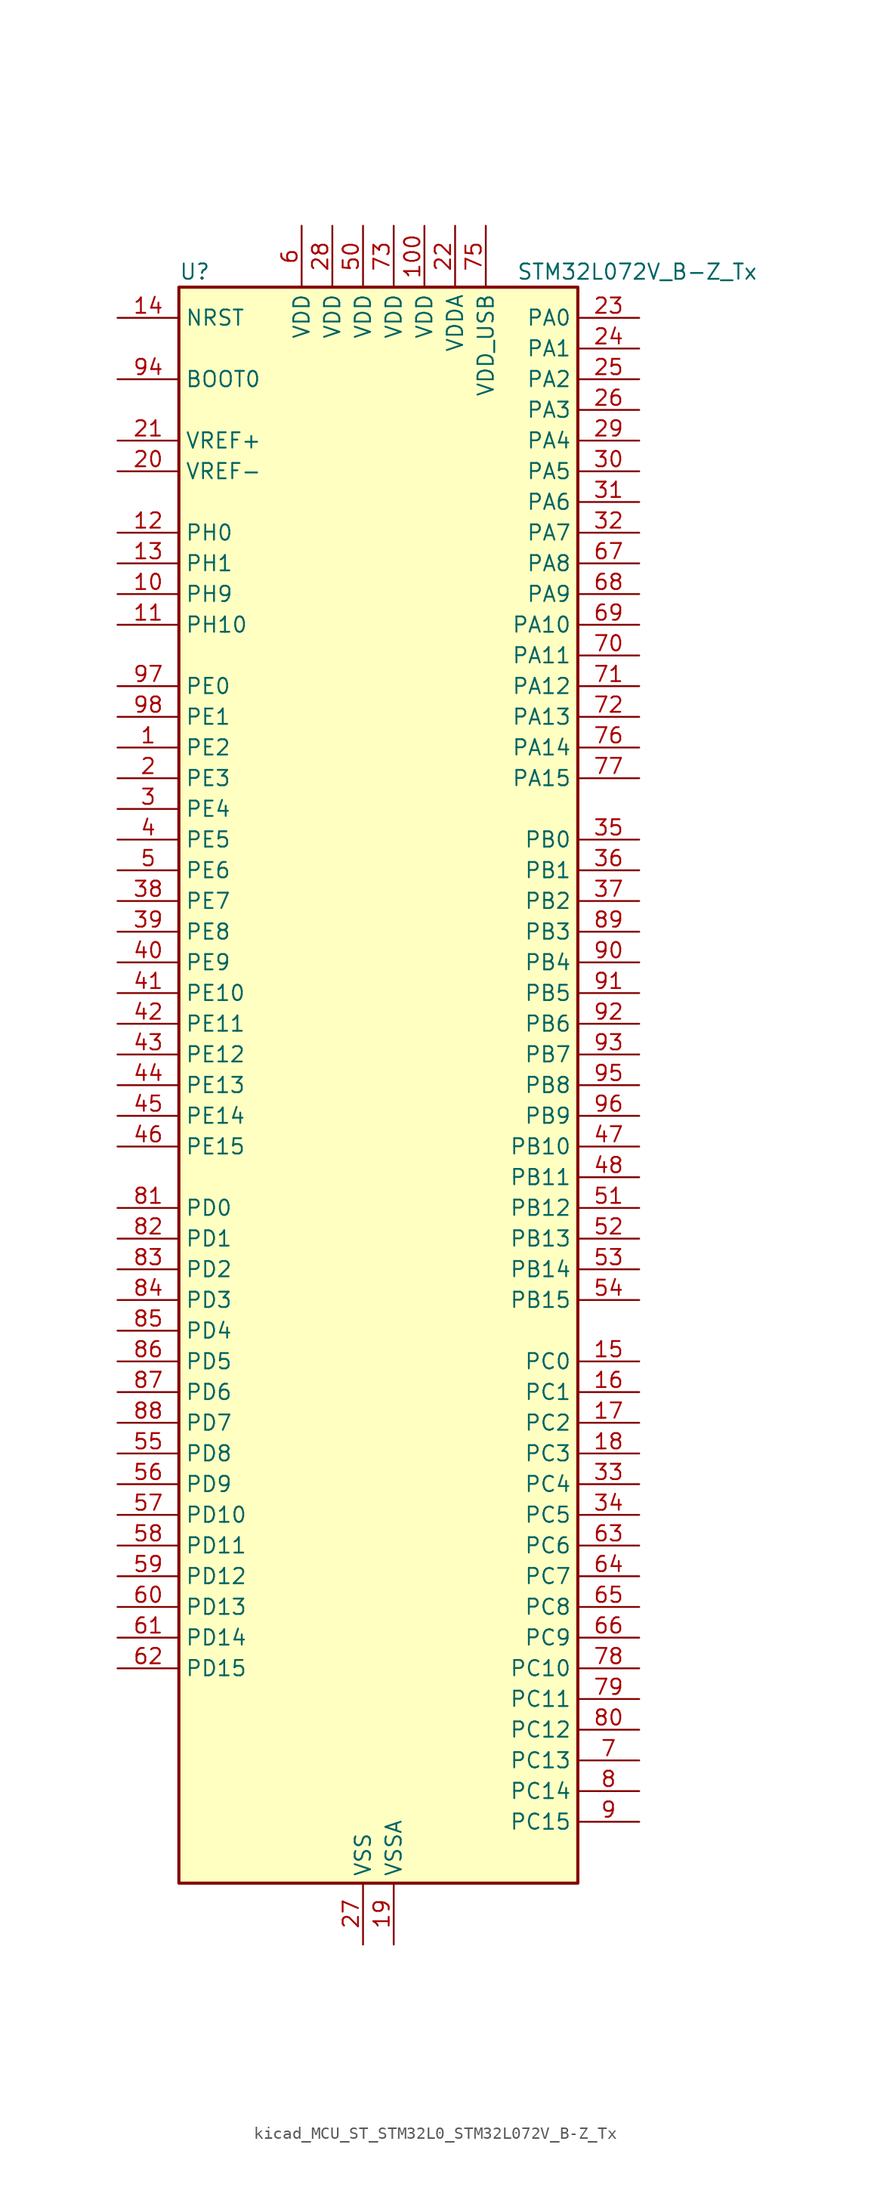
<source format=kicad_sym>
(kicad_symbol_lib
  (version 20220914)
  (generator kicad_symbol_editor)
  (symbol "kicad_MCU_ST_STM32L0_STM32L072V_B-Z_Tx"
    (property "Reference" "U"
      (at -15.24 67.31 0)
      (effects (font (size 1.27 1.27)) (justify left)))
    (property "Value" "STM32L072V_B-Z_Tx"
      (at 12.7 67.31 0)
      (effects (font (size 1.27 1.27)) (justify left)))
    (property "ki_locked" ""
      (at 0 0 0)
      (effects (font (size 1.27 1.27))))
    (symbol "kicad_MCU_ST_STM32L0_STM32L072V_B-Z_Tx_0_1"
      (rectangle (start -15.24 -66.04) (end 17.78 66.04) (stroke (width 0.254) (type default)) (fill (type background))))
    (symbol "kicad_MCU_ST_STM32L0_STM32L072V_B-Z_Tx_1_1"
      (pin bidirectional line (at -20.32 27.94 0) (length 5.08) (name "PE2" (effects (font (size 1.27 1.27)))) (number "1" (effects (font (size 1.27 1.27)))) (alternate "TIM3_ETR" bidirectional line))
      (pin bidirectional line (at -20.32 40.64 0) (length 5.08) (name "PH9" (effects (font (size 1.27 1.27)))) (number "10" (effects (font (size 1.27 1.27)))) (alternate "DAC_EXTI9" bidirectional line))
      (pin power_in line (at 5.08 71.12 270) (length 5.08) (name "VDD" (effects (font (size 1.27 1.27)))) (number "100" (effects (font (size 1.27 1.27)))))
      (pin bidirectional line (at -20.32 38.1 0) (length 5.08) (name "PH10" (effects (font (size 1.27 1.27)))) (number "11" (effects (font (size 1.27 1.27)))))
      (pin bidirectional line (at -20.32 45.72 0) (length 5.08) (name "PH0" (effects (font (size 1.27 1.27)))) (number "12" (effects (font (size 1.27 1.27)))) (alternate "CRS_SYNC" bidirectional line) (alternate "RCC_OSC_IN" bidirectional line))
      (pin bidirectional line (at -20.32 43.18 0) (length 5.08) (name "PH1" (effects (font (size 1.27 1.27)))) (number "13" (effects (font (size 1.27 1.27)))) (alternate "RCC_OSC_OUT" bidirectional line))
      (pin input line (at -20.32 63.5 0) (length 5.08) (name "NRST" (effects (font (size 1.27 1.27)))) (number "14" (effects (font (size 1.27 1.27)))))
      (pin bidirectional line (at 22.86 -22.86 180) (length 5.08) (name "PC0" (effects (font (size 1.27 1.27)))) (number "15" (effects (font (size 1.27 1.27)))) (alternate "ADC_IN10" bidirectional line) (alternate "I2C3_SCL" bidirectional line) (alternate "LPTIM1_IN1" bidirectional line) (alternate "LPUART1_RX" bidirectional line) (alternate "TSC_G7_IO1" bidirectional line))
      (pin bidirectional line (at 22.86 -25.4 180) (length 5.08) (name "PC1" (effects (font (size 1.27 1.27)))) (number "16" (effects (font (size 1.27 1.27)))) (alternate "ADC_IN11" bidirectional line) (alternate "I2C3_SDA" bidirectional line) (alternate "LPTIM1_OUT" bidirectional line) (alternate "LPUART1_TX" bidirectional line) (alternate "TSC_G7_IO2" bidirectional line))
      (pin bidirectional line (at 22.86 -27.94 180) (length 5.08) (name "PC2" (effects (font (size 1.27 1.27)))) (number "17" (effects (font (size 1.27 1.27)))) (alternate "ADC_IN12" bidirectional line) (alternate "I2S2_MCK" bidirectional line) (alternate "LPTIM1_IN2" bidirectional line) (alternate "SPI2_MISO" bidirectional line) (alternate "TSC_G7_IO3" bidirectional line))
      (pin bidirectional line (at 22.86 -30.48 180) (length 5.08) (name "PC3" (effects (font (size 1.27 1.27)))) (number "18" (effects (font (size 1.27 1.27)))) (alternate "ADC_IN13" bidirectional line) (alternate "I2S2_SD" bidirectional line) (alternate "LPTIM1_ETR" bidirectional line) (alternate "SPI2_MOSI" bidirectional line) (alternate "TSC_G7_IO4" bidirectional line))
      (pin power_in line (at 2.54 -71.12 90) (length 5.08) (name "VSSA" (effects (font (size 1.27 1.27)))) (number "19" (effects (font (size 1.27 1.27)))))
      (pin bidirectional line (at -20.32 25.4 0) (length 5.08) (name "PE3" (effects (font (size 1.27 1.27)))) (number "2" (effects (font (size 1.27 1.27)))) (alternate "TIM22_CH1" bidirectional line) (alternate "TIM3_CH1" bidirectional line))
      (pin input line (at -20.32 50.8 0) (length 5.08) (name "VREF-" (effects (font (size 1.27 1.27)))) (number "20" (effects (font (size 1.27 1.27)))))
      (pin input line (at -20.32 53.34 0) (length 5.08) (name "VREF+" (effects (font (size 1.27 1.27)))) (number "21" (effects (font (size 1.27 1.27)))))
      (pin power_in line (at 7.62 71.12 270) (length 5.08) (name "VDDA" (effects (font (size 1.27 1.27)))) (number "22" (effects (font (size 1.27 1.27)))))
      (pin bidirectional line (at 22.86 63.5 180) (length 5.08) (name "PA0" (effects (font (size 1.27 1.27)))) (number "23" (effects (font (size 1.27 1.27)))) (alternate "ADC_IN0" bidirectional line) (alternate "COMP1_INM" bidirectional line) (alternate "COMP1_OUT" bidirectional line) (alternate "RTC_TAMP2" bidirectional line) (alternate "SYS_WKUP1" bidirectional line) (alternate "TIM2_CH1" bidirectional line) (alternate "TIM2_ETR" bidirectional line) (alternate "TSC_G1_IO1" bidirectional line) (alternate "USART2_CTS" bidirectional line) (alternate "USART4_TX" bidirectional line))
      (pin bidirectional line (at 22.86 60.96 180) (length 5.08) (name "PA1" (effects (font (size 1.27 1.27)))) (number "24" (effects (font (size 1.27 1.27)))) (alternate "ADC_IN1" bidirectional line) (alternate "COMP1_INP" bidirectional line) (alternate "TIM21_ETR" bidirectional line) (alternate "TIM2_CH2" bidirectional line) (alternate "TSC_G1_IO2" bidirectional line) (alternate "USART2_DE" bidirectional line) (alternate "USART2_RTS" bidirectional line) (alternate "USART4_RX" bidirectional line))
      (pin bidirectional line (at 22.86 58.42 180) (length 5.08) (name "PA2" (effects (font (size 1.27 1.27)))) (number "25" (effects (font (size 1.27 1.27)))) (alternate "ADC_IN2" bidirectional line) (alternate "COMP2_INM" bidirectional line) (alternate "COMP2_OUT" bidirectional line) (alternate "LPUART1_TX" bidirectional line) (alternate "TIM21_CH1" bidirectional line) (alternate "TIM2_CH3" bidirectional line) (alternate "TSC_G1_IO3" bidirectional line) (alternate "USART2_TX" bidirectional line))
      (pin bidirectional line (at 22.86 55.88 180) (length 5.08) (name "PA3" (effects (font (size 1.27 1.27)))) (number "26" (effects (font (size 1.27 1.27)))) (alternate "ADC_IN3" bidirectional line) (alternate "COMP2_INP" bidirectional line) (alternate "LPUART1_RX" bidirectional line) (alternate "TIM21_CH2" bidirectional line) (alternate "TIM2_CH4" bidirectional line) (alternate "TSC_G1_IO4" bidirectional line) (alternate "USART2_RX" bidirectional line))
      (pin power_in line (at 0 -71.12 90) (length 5.08) (name "VSS" (effects (font (size 1.27 1.27)))) (number "27" (effects (font (size 1.27 1.27)))))
      (pin power_in line (at -2.54 71.12 270) (length 5.08) (name "VDD" (effects (font (size 1.27 1.27)))) (number "28" (effects (font (size 1.27 1.27)))))
      (pin bidirectional line (at 22.86 53.34 180) (length 5.08) (name "PA4" (effects (font (size 1.27 1.27)))) (number "29" (effects (font (size 1.27 1.27)))) (alternate "ADC_IN4" bidirectional line) (alternate "COMP1_INM" bidirectional line) (alternate "COMP2_INM" bidirectional line) (alternate "DAC_OUT1" bidirectional line) (alternate "SPI1_NSS" bidirectional line) (alternate "TIM22_ETR" bidirectional line) (alternate "TSC_G2_IO1" bidirectional line) (alternate "USART2_CK" bidirectional line))
      (pin bidirectional line (at -20.32 22.86 0) (length 5.08) (name "PE4" (effects (font (size 1.27 1.27)))) (number "3" (effects (font (size 1.27 1.27)))) (alternate "TIM22_CH2" bidirectional line) (alternate "TIM3_CH2" bidirectional line))
      (pin bidirectional line (at 22.86 50.8 180) (length 5.08) (name "PA5" (effects (font (size 1.27 1.27)))) (number "30" (effects (font (size 1.27 1.27)))) (alternate "ADC_IN5" bidirectional line) (alternate "COMP1_INM" bidirectional line) (alternate "COMP2_INM" bidirectional line) (alternate "DAC_OUT2" bidirectional line) (alternate "SPI1_SCK" bidirectional line) (alternate "TIM2_CH1" bidirectional line) (alternate "TIM2_ETR" bidirectional line) (alternate "TSC_G2_IO2" bidirectional line))
      (pin bidirectional line (at 22.86 48.26 180) (length 5.08) (name "PA6" (effects (font (size 1.27 1.27)))) (number "31" (effects (font (size 1.27 1.27)))) (alternate "ADC_IN6" bidirectional line) (alternate "COMP1_OUT" bidirectional line) (alternate "LPUART1_CTS" bidirectional line) (alternate "SPI1_MISO" bidirectional line) (alternate "TIM22_CH1" bidirectional line) (alternate "TIM3_CH1" bidirectional line) (alternate "TSC_G2_IO3" bidirectional line))
      (pin bidirectional line (at 22.86 45.72 180) (length 5.08) (name "PA7" (effects (font (size 1.27 1.27)))) (number "32" (effects (font (size 1.27 1.27)))) (alternate "ADC_IN7" bidirectional line) (alternate "COMP2_OUT" bidirectional line) (alternate "SPI1_MOSI" bidirectional line) (alternate "TIM22_CH2" bidirectional line) (alternate "TIM3_CH2" bidirectional line) (alternate "TSC_G2_IO4" bidirectional line))
      (pin bidirectional line (at 22.86 -33.02 180) (length 5.08) (name "PC4" (effects (font (size 1.27 1.27)))) (number "33" (effects (font (size 1.27 1.27)))) (alternate "ADC_IN14" bidirectional line) (alternate "LPUART1_TX" bidirectional line))
      (pin bidirectional line (at 22.86 -35.56 180) (length 5.08) (name "PC5" (effects (font (size 1.27 1.27)))) (number "34" (effects (font (size 1.27 1.27)))) (alternate "ADC_IN15" bidirectional line) (alternate "LPUART1_RX" bidirectional line) (alternate "TSC_G3_IO1" bidirectional line))
      (pin bidirectional line (at 22.86 20.32 180) (length 5.08) (name "PB0" (effects (font (size 1.27 1.27)))) (number "35" (effects (font (size 1.27 1.27)))) (alternate "ADC_IN8" bidirectional line) (alternate "SYS_VREF_OUT_PB0" bidirectional line) (alternate "TIM3_CH3" bidirectional line) (alternate "TSC_G3_IO2" bidirectional line))
      (pin bidirectional line (at 22.86 17.78 180) (length 5.08) (name "PB1" (effects (font (size 1.27 1.27)))) (number "36" (effects (font (size 1.27 1.27)))) (alternate "ADC_IN9" bidirectional line) (alternate "LPUART1_DE" bidirectional line) (alternate "LPUART1_RTS" bidirectional line) (alternate "SYS_VREF_OUT_PB1" bidirectional line) (alternate "TIM3_CH4" bidirectional line) (alternate "TSC_G3_IO3" bidirectional line))
      (pin bidirectional line (at 22.86 15.24 180) (length 5.08) (name "PB2" (effects (font (size 1.27 1.27)))) (number "37" (effects (font (size 1.27 1.27)))) (alternate "I2C3_SMBA" bidirectional line) (alternate "LPTIM1_OUT" bidirectional line) (alternate "TSC_G3_IO4" bidirectional line))
      (pin bidirectional line (at -20.32 15.24 0) (length 5.08) (name "PE7" (effects (font (size 1.27 1.27)))) (number "38" (effects (font (size 1.27 1.27)))) (alternate "USART5_CK" bidirectional line) (alternate "USART5_DE" bidirectional line) (alternate "USART5_RTS" bidirectional line))
      (pin bidirectional line (at -20.32 12.7 0) (length 5.08) (name "PE8" (effects (font (size 1.27 1.27)))) (number "39" (effects (font (size 1.27 1.27)))) (alternate "USART4_TX" bidirectional line))
      (pin bidirectional line (at -20.32 20.32 0) (length 5.08) (name "PE5" (effects (font (size 1.27 1.27)))) (number "4" (effects (font (size 1.27 1.27)))) (alternate "TIM21_CH1" bidirectional line) (alternate "TIM3_CH3" bidirectional line))
      (pin bidirectional line (at -20.32 10.16 0) (length 5.08) (name "PE9" (effects (font (size 1.27 1.27)))) (number "40" (effects (font (size 1.27 1.27)))) (alternate "DAC_EXTI9" bidirectional line) (alternate "TIM2_CH1" bidirectional line) (alternate "TIM2_ETR" bidirectional line) (alternate "USART4_RX" bidirectional line))
      (pin bidirectional line (at -20.32 7.62 0) (length 5.08) (name "PE10" (effects (font (size 1.27 1.27)))) (number "41" (effects (font (size 1.27 1.27)))) (alternate "TIM2_CH2" bidirectional line) (alternate "USART5_TX" bidirectional line))
      (pin bidirectional line (at -20.32 5.08 0) (length 5.08) (name "PE11" (effects (font (size 1.27 1.27)))) (number "42" (effects (font (size 1.27 1.27)))) (alternate "ADC_EXTI11" bidirectional line) (alternate "TIM2_CH3" bidirectional line) (alternate "USART5_RX" bidirectional line))
      (pin bidirectional line (at -20.32 2.54 0) (length 5.08) (name "PE12" (effects (font (size 1.27 1.27)))) (number "43" (effects (font (size 1.27 1.27)))) (alternate "SPI1_NSS" bidirectional line) (alternate "TIM2_CH4" bidirectional line))
      (pin bidirectional line (at -20.32 0 0) (length 5.08) (name "PE13" (effects (font (size 1.27 1.27)))) (number "44" (effects (font (size 1.27 1.27)))) (alternate "SPI1_SCK" bidirectional line))
      (pin bidirectional line (at -20.32 -2.54 0) (length 5.08) (name "PE14" (effects (font (size 1.27 1.27)))) (number "45" (effects (font (size 1.27 1.27)))) (alternate "SPI1_MISO" bidirectional line))
      (pin bidirectional line (at -20.32 -5.08 0) (length 5.08) (name "PE15" (effects (font (size 1.27 1.27)))) (number "46" (effects (font (size 1.27 1.27)))) (alternate "SPI1_MOSI" bidirectional line))
      (pin bidirectional line (at 22.86 -5.08 180) (length 5.08) (name "PB10" (effects (font (size 1.27 1.27)))) (number "47" (effects (font (size 1.27 1.27)))) (alternate "I2C2_SCL" bidirectional line) (alternate "LPUART1_RX" bidirectional line) (alternate "LPUART1_TX" bidirectional line) (alternate "SPI2_SCK" bidirectional line) (alternate "TIM2_CH3" bidirectional line) (alternate "TSC_SYNC" bidirectional line))
      (pin bidirectional line (at 22.86 -7.62 180) (length 5.08) (name "PB11" (effects (font (size 1.27 1.27)))) (number "48" (effects (font (size 1.27 1.27)))) (alternate "ADC_EXTI11" bidirectional line) (alternate "I2C2_SDA" bidirectional line) (alternate "LPUART1_RX" bidirectional line) (alternate "LPUART1_TX" bidirectional line) (alternate "TIM2_CH4" bidirectional line) (alternate "TSC_G6_IO1" bidirectional line))
      (pin passive line (at 0 -71.12 90) (length 5.08) hide (name "VSS" (effects (font (size 1.27 1.27)))) (number "49" (effects (font (size 1.27 1.27)))))
      (pin bidirectional line (at -20.32 17.78 0) (length 5.08) (name "PE6" (effects (font (size 1.27 1.27)))) (number "5" (effects (font (size 1.27 1.27)))) (alternate "RTC_TAMP3" bidirectional line) (alternate "SYS_WKUP3" bidirectional line) (alternate "TIM21_CH2" bidirectional line) (alternate "TIM3_CH4" bidirectional line))
      (pin power_in line (at 0 71.12 270) (length 5.08) (name "VDD" (effects (font (size 1.27 1.27)))) (number "50" (effects (font (size 1.27 1.27)))))
      (pin bidirectional line (at 22.86 -10.16 180) (length 5.08) (name "PB12" (effects (font (size 1.27 1.27)))) (number "51" (effects (font (size 1.27 1.27)))) (alternate "I2S2_WS" bidirectional line) (alternate "LPUART1_DE" bidirectional line) (alternate "LPUART1_RTS" bidirectional line) (alternate "SPI2_NSS" bidirectional line) (alternate "TSC_G6_IO2" bidirectional line))
      (pin bidirectional line (at 22.86 -12.7 180) (length 5.08) (name "PB13" (effects (font (size 1.27 1.27)))) (number "52" (effects (font (size 1.27 1.27)))) (alternate "I2C2_SCL" bidirectional line) (alternate "I2S2_CK" bidirectional line) (alternate "LPUART1_CTS" bidirectional line) (alternate "RCC_MCO" bidirectional line) (alternate "SPI2_SCK" bidirectional line) (alternate "TIM21_CH1" bidirectional line) (alternate "TSC_G6_IO3" bidirectional line))
      (pin bidirectional line (at 22.86 -15.24 180) (length 5.08) (name "PB14" (effects (font (size 1.27 1.27)))) (number "53" (effects (font (size 1.27 1.27)))) (alternate "I2C2_SDA" bidirectional line) (alternate "I2S2_MCK" bidirectional line) (alternate "LPUART1_DE" bidirectional line) (alternate "LPUART1_RTS" bidirectional line) (alternate "RTC_OUT_ALARM" bidirectional line) (alternate "RTC_OUT_CALIB" bidirectional line) (alternate "SPI2_MISO" bidirectional line) (alternate "TIM21_CH2" bidirectional line) (alternate "TSC_G6_IO4" bidirectional line))
      (pin bidirectional line (at 22.86 -17.78 180) (length 5.08) (name "PB15" (effects (font (size 1.27 1.27)))) (number "54" (effects (font (size 1.27 1.27)))) (alternate "I2S2_SD" bidirectional line) (alternate "RTC_REFIN" bidirectional line) (alternate "SPI2_MOSI" bidirectional line))
      (pin bidirectional line (at -20.32 -30.48 0) (length 5.08) (name "PD8" (effects (font (size 1.27 1.27)))) (number "55" (effects (font (size 1.27 1.27)))) (alternate "LPUART1_TX" bidirectional line))
      (pin bidirectional line (at -20.32 -33.02 0) (length 5.08) (name "PD9" (effects (font (size 1.27 1.27)))) (number "56" (effects (font (size 1.27 1.27)))) (alternate "DAC_EXTI9" bidirectional line) (alternate "LPUART1_RX" bidirectional line))
      (pin bidirectional line (at -20.32 -35.56 0) (length 5.08) (name "PD10" (effects (font (size 1.27 1.27)))) (number "57" (effects (font (size 1.27 1.27)))))
      (pin bidirectional line (at -20.32 -38.1 0) (length 5.08) (name "PD11" (effects (font (size 1.27 1.27)))) (number "58" (effects (font (size 1.27 1.27)))) (alternate "ADC_EXTI11" bidirectional line) (alternate "LPUART1_CTS" bidirectional line))
      (pin bidirectional line (at -20.32 -40.64 0) (length 5.08) (name "PD12" (effects (font (size 1.27 1.27)))) (number "59" (effects (font (size 1.27 1.27)))) (alternate "LPUART1_DE" bidirectional line) (alternate "LPUART1_RTS" bidirectional line))
      (pin power_in line (at -5.08 71.12 270) (length 5.08) (name "VDD" (effects (font (size 1.27 1.27)))) (number "6" (effects (font (size 1.27 1.27)))))
      (pin bidirectional line (at -20.32 -43.18 0) (length 5.08) (name "PD13" (effects (font (size 1.27 1.27)))) (number "60" (effects (font (size 1.27 1.27)))))
      (pin bidirectional line (at -20.32 -45.72 0) (length 5.08) (name "PD14" (effects (font (size 1.27 1.27)))) (number "61" (effects (font (size 1.27 1.27)))))
      (pin bidirectional line (at -20.32 -48.26 0) (length 5.08) (name "PD15" (effects (font (size 1.27 1.27)))) (number "62" (effects (font (size 1.27 1.27)))) (alternate "CRS_SYNC" bidirectional line))
      (pin bidirectional line (at 22.86 -38.1 180) (length 5.08) (name "PC6" (effects (font (size 1.27 1.27)))) (number "63" (effects (font (size 1.27 1.27)))) (alternate "TIM22_CH1" bidirectional line) (alternate "TIM3_CH1" bidirectional line) (alternate "TSC_G8_IO1" bidirectional line))
      (pin bidirectional line (at 22.86 -40.64 180) (length 5.08) (name "PC7" (effects (font (size 1.27 1.27)))) (number "64" (effects (font (size 1.27 1.27)))) (alternate "TIM22_CH2" bidirectional line) (alternate "TIM3_CH2" bidirectional line) (alternate "TSC_G8_IO2" bidirectional line))
      (pin bidirectional line (at 22.86 -43.18 180) (length 5.08) (name "PC8" (effects (font (size 1.27 1.27)))) (number "65" (effects (font (size 1.27 1.27)))) (alternate "TIM22_ETR" bidirectional line) (alternate "TIM3_CH3" bidirectional line) (alternate "TSC_G8_IO3" bidirectional line))
      (pin bidirectional line (at 22.86 -45.72 180) (length 5.08) (name "PC9" (effects (font (size 1.27 1.27)))) (number "66" (effects (font (size 1.27 1.27)))) (alternate "DAC_EXTI9" bidirectional line) (alternate "I2C3_SDA" bidirectional line) (alternate "TIM21_ETR" bidirectional line) (alternate "TIM3_CH4" bidirectional line) (alternate "TSC_G8_IO4" bidirectional line) (alternate "USB_NOE" bidirectional line))
      (pin bidirectional line (at 22.86 43.18 180) (length 5.08) (name "PA8" (effects (font (size 1.27 1.27)))) (number "67" (effects (font (size 1.27 1.27)))) (alternate "CRS_SYNC" bidirectional line) (alternate "I2C3_SCL" bidirectional line) (alternate "RCC_MCO" bidirectional line) (alternate "USART1_CK" bidirectional line))
      (pin bidirectional line (at 22.86 40.64 180) (length 5.08) (name "PA9" (effects (font (size 1.27 1.27)))) (number "68" (effects (font (size 1.27 1.27)))) (alternate "DAC_EXTI9" bidirectional line) (alternate "I2C1_SCL" bidirectional line) (alternate "I2C3_SMBA" bidirectional line) (alternate "RCC_MCO" bidirectional line) (alternate "TSC_G4_IO1" bidirectional line) (alternate "USART1_TX" bidirectional line))
      (pin bidirectional line (at 22.86 38.1 180) (length 5.08) (name "PA10" (effects (font (size 1.27 1.27)))) (number "69" (effects (font (size 1.27 1.27)))) (alternate "I2C1_SDA" bidirectional line) (alternate "TSC_G4_IO2" bidirectional line) (alternate "USART1_RX" bidirectional line))
      (pin bidirectional line (at 22.86 -55.88 180) (length 5.08) (name "PC13" (effects (font (size 1.27 1.27)))) (number "7" (effects (font (size 1.27 1.27)))) (alternate "RTC_OUT_ALARM" bidirectional line) (alternate "RTC_OUT_CALIB" bidirectional line) (alternate "RTC_TAMP1" bidirectional line) (alternate "RTC_TS" bidirectional line) (alternate "SYS_WKUP2" bidirectional line))
      (pin bidirectional line (at 22.86 35.56 180) (length 5.08) (name "PA11" (effects (font (size 1.27 1.27)))) (number "70" (effects (font (size 1.27 1.27)))) (alternate "ADC_EXTI11" bidirectional line) (alternate "COMP1_OUT" bidirectional line) (alternate "SPI1_MISO" bidirectional line) (alternate "TSC_G4_IO3" bidirectional line) (alternate "USART1_CTS" bidirectional line) (alternate "USB_DM" bidirectional line))
      (pin bidirectional line (at 22.86 33.02 180) (length 5.08) (name "PA12" (effects (font (size 1.27 1.27)))) (number "71" (effects (font (size 1.27 1.27)))) (alternate "COMP2_OUT" bidirectional line) (alternate "SPI1_MOSI" bidirectional line) (alternate "TSC_G4_IO4" bidirectional line) (alternate "USART1_DE" bidirectional line) (alternate "USART1_RTS" bidirectional line) (alternate "USB_DP" bidirectional line))
      (pin bidirectional line (at 22.86 30.48 180) (length 5.08) (name "PA13" (effects (font (size 1.27 1.27)))) (number "72" (effects (font (size 1.27 1.27)))) (alternate "LPUART1_RX" bidirectional line) (alternate "SYS_SWDIO" bidirectional line) (alternate "USB_NOE" bidirectional line))
      (pin power_in line (at 2.54 71.12 270) (length 5.08) (name "VDD" (effects (font (size 1.27 1.27)))) (number "73" (effects (font (size 1.27 1.27)))))
      (pin passive line (at 0 -71.12 90) (length 5.08) hide (name "VSS" (effects (font (size 1.27 1.27)))) (number "74" (effects (font (size 1.27 1.27)))))
      (pin power_in line (at 10.16 71.12 270) (length 5.08) (name "VDD_USB" (effects (font (size 1.27 1.27)))) (number "75" (effects (font (size 1.27 1.27)))))
      (pin bidirectional line (at 22.86 27.94 180) (length 5.08) (name "PA14" (effects (font (size 1.27 1.27)))) (number "76" (effects (font (size 1.27 1.27)))) (alternate "LPUART1_TX" bidirectional line) (alternate "SYS_SWCLK" bidirectional line) (alternate "USART2_TX" bidirectional line))
      (pin bidirectional line (at 22.86 25.4 180) (length 5.08) (name "PA15" (effects (font (size 1.27 1.27)))) (number "77" (effects (font (size 1.27 1.27)))) (alternate "SPI1_NSS" bidirectional line) (alternate "TIM2_CH1" bidirectional line) (alternate "TIM2_ETR" bidirectional line) (alternate "USART2_RX" bidirectional line) (alternate "USART4_DE" bidirectional line) (alternate "USART4_RTS" bidirectional line))
      (pin bidirectional line (at 22.86 -48.26 180) (length 5.08) (name "PC10" (effects (font (size 1.27 1.27)))) (number "78" (effects (font (size 1.27 1.27)))) (alternate "LPUART1_TX" bidirectional line) (alternate "USART4_TX" bidirectional line))
      (pin bidirectional line (at 22.86 -50.8 180) (length 5.08) (name "PC11" (effects (font (size 1.27 1.27)))) (number "79" (effects (font (size 1.27 1.27)))) (alternate "ADC_EXTI11" bidirectional line) (alternate "LPUART1_RX" bidirectional line) (alternate "USART4_RX" bidirectional line))
      (pin bidirectional line (at 22.86 -58.42 180) (length 5.08) (name "PC14" (effects (font (size 1.27 1.27)))) (number "8" (effects (font (size 1.27 1.27)))) (alternate "RCC_OSC32_IN" bidirectional line))
      (pin bidirectional line (at 22.86 -53.34 180) (length 5.08) (name "PC12" (effects (font (size 1.27 1.27)))) (number "80" (effects (font (size 1.27 1.27)))) (alternate "USART4_CK" bidirectional line) (alternate "USART5_TX" bidirectional line))
      (pin bidirectional line (at -20.32 -10.16 0) (length 5.08) (name "PD0" (effects (font (size 1.27 1.27)))) (number "81" (effects (font (size 1.27 1.27)))) (alternate "I2S2_WS" bidirectional line) (alternate "SPI2_NSS" bidirectional line) (alternate "TIM21_CH1" bidirectional line))
      (pin bidirectional line (at -20.32 -12.7 0) (length 5.08) (name "PD1" (effects (font (size 1.27 1.27)))) (number "82" (effects (font (size 1.27 1.27)))) (alternate "I2S2_CK" bidirectional line) (alternate "SPI2_SCK" bidirectional line))
      (pin bidirectional line (at -20.32 -15.24 0) (length 5.08) (name "PD2" (effects (font (size 1.27 1.27)))) (number "83" (effects (font (size 1.27 1.27)))) (alternate "LPUART1_DE" bidirectional line) (alternate "LPUART1_RTS" bidirectional line) (alternate "TIM3_ETR" bidirectional line) (alternate "USART5_RX" bidirectional line))
      (pin bidirectional line (at -20.32 -17.78 0) (length 5.08) (name "PD3" (effects (font (size 1.27 1.27)))) (number "84" (effects (font (size 1.27 1.27)))) (alternate "I2S2_MCK" bidirectional line) (alternate "SPI2_MISO" bidirectional line) (alternate "USART2_CTS" bidirectional line))
      (pin bidirectional line (at -20.32 -20.32 0) (length 5.08) (name "PD4" (effects (font (size 1.27 1.27)))) (number "85" (effects (font (size 1.27 1.27)))) (alternate "I2S2_SD" bidirectional line) (alternate "SPI2_MOSI" bidirectional line) (alternate "USART2_DE" bidirectional line) (alternate "USART2_RTS" bidirectional line))
      (pin bidirectional line (at -20.32 -22.86 0) (length 5.08) (name "PD5" (effects (font (size 1.27 1.27)))) (number "86" (effects (font (size 1.27 1.27)))) (alternate "USART2_TX" bidirectional line))
      (pin bidirectional line (at -20.32 -25.4 0) (length 5.08) (name "PD6" (effects (font (size 1.27 1.27)))) (number "87" (effects (font (size 1.27 1.27)))) (alternate "USART2_RX" bidirectional line))
      (pin bidirectional line (at -20.32 -27.94 0) (length 5.08) (name "PD7" (effects (font (size 1.27 1.27)))) (number "88" (effects (font (size 1.27 1.27)))) (alternate "TIM21_CH2" bidirectional line) (alternate "USART2_CK" bidirectional line))
      (pin bidirectional line (at 22.86 12.7 180) (length 5.08) (name "PB3" (effects (font (size 1.27 1.27)))) (number "89" (effects (font (size 1.27 1.27)))) (alternate "COMP2_INM" bidirectional line) (alternate "SPI1_SCK" bidirectional line) (alternate "TIM2_CH2" bidirectional line) (alternate "TSC_G5_IO1" bidirectional line) (alternate "USART1_DE" bidirectional line) (alternate "USART1_RTS" bidirectional line) (alternate "USART5_TX" bidirectional line))
      (pin bidirectional line (at 22.86 -60.96 180) (length 5.08) (name "PC15" (effects (font (size 1.27 1.27)))) (number "9" (effects (font (size 1.27 1.27)))) (alternate "RCC_OSC32_OUT" bidirectional line))
      (pin bidirectional line (at 22.86 10.16 180) (length 5.08) (name "PB4" (effects (font (size 1.27 1.27)))) (number "90" (effects (font (size 1.27 1.27)))) (alternate "COMP2_INP" bidirectional line) (alternate "I2C3_SDA" bidirectional line) (alternate "SPI1_MISO" bidirectional line) (alternate "TIM22_CH1" bidirectional line) (alternate "TIM3_CH1" bidirectional line) (alternate "TSC_G5_IO2" bidirectional line) (alternate "USART1_CTS" bidirectional line) (alternate "USART5_RX" bidirectional line))
      (pin bidirectional line (at 22.86 7.62 180) (length 5.08) (name "PB5" (effects (font (size 1.27 1.27)))) (number "91" (effects (font (size 1.27 1.27)))) (alternate "COMP2_INP" bidirectional line) (alternate "I2C1_SMBA" bidirectional line) (alternate "LPTIM1_IN1" bidirectional line) (alternate "SPI1_MOSI" bidirectional line) (alternate "TIM22_CH2" bidirectional line) (alternate "TIM3_CH2" bidirectional line) (alternate "USART1_CK" bidirectional line) (alternate "USART5_CK" bidirectional line) (alternate "USART5_DE" bidirectional line) (alternate "USART5_RTS" bidirectional line))
      (pin bidirectional line (at 22.86 5.08 180) (length 5.08) (name "PB6" (effects (font (size 1.27 1.27)))) (number "92" (effects (font (size 1.27 1.27)))) (alternate "COMP2_INP" bidirectional line) (alternate "I2C1_SCL" bidirectional line) (alternate "LPTIM1_ETR" bidirectional line) (alternate "TSC_G5_IO3" bidirectional line) (alternate "USART1_TX" bidirectional line))
      (pin bidirectional line (at 22.86 2.54 180) (length 5.08) (name "PB7" (effects (font (size 1.27 1.27)))) (number "93" (effects (font (size 1.27 1.27)))) (alternate "COMP2_INP" bidirectional line) (alternate "I2C1_SDA" bidirectional line) (alternate "LPTIM1_IN2" bidirectional line) (alternate "SYS_PVD_IN" bidirectional line) (alternate "TSC_G5_IO4" bidirectional line) (alternate "USART1_RX" bidirectional line) (alternate "USART4_CTS" bidirectional line))
      (pin input line (at -20.32 58.42 0) (length 5.08) (name "BOOT0" (effects (font (size 1.27 1.27)))) (number "94" (effects (font (size 1.27 1.27)))))
      (pin bidirectional line (at 22.86 0 180) (length 5.08) (name "PB8" (effects (font (size 1.27 1.27)))) (number "95" (effects (font (size 1.27 1.27)))) (alternate "I2C1_SCL" bidirectional line) (alternate "TSC_SYNC" bidirectional line))
      (pin bidirectional line (at 22.86 -2.54 180) (length 5.08) (name "PB9" (effects (font (size 1.27 1.27)))) (number "96" (effects (font (size 1.27 1.27)))) (alternate "DAC_EXTI9" bidirectional line) (alternate "I2C1_SDA" bidirectional line) (alternate "I2S2_WS" bidirectional line) (alternate "SPI2_NSS" bidirectional line))
      (pin bidirectional line (at -20.32 33.02 0) (length 5.08) (name "PE0" (effects (font (size 1.27 1.27)))) (number "97" (effects (font (size 1.27 1.27)))))
      (pin bidirectional line (at -20.32 30.48 0) (length 5.08) (name "PE1" (effects (font (size 1.27 1.27)))) (number "98" (effects (font (size 1.27 1.27)))))
      (pin passive line (at 0 -71.12 90) (length 5.08) hide (name "VSS" (effects (font (size 1.27 1.27)))) (number "99" (effects (font (size 1.27 1.27))))))))
</source>
